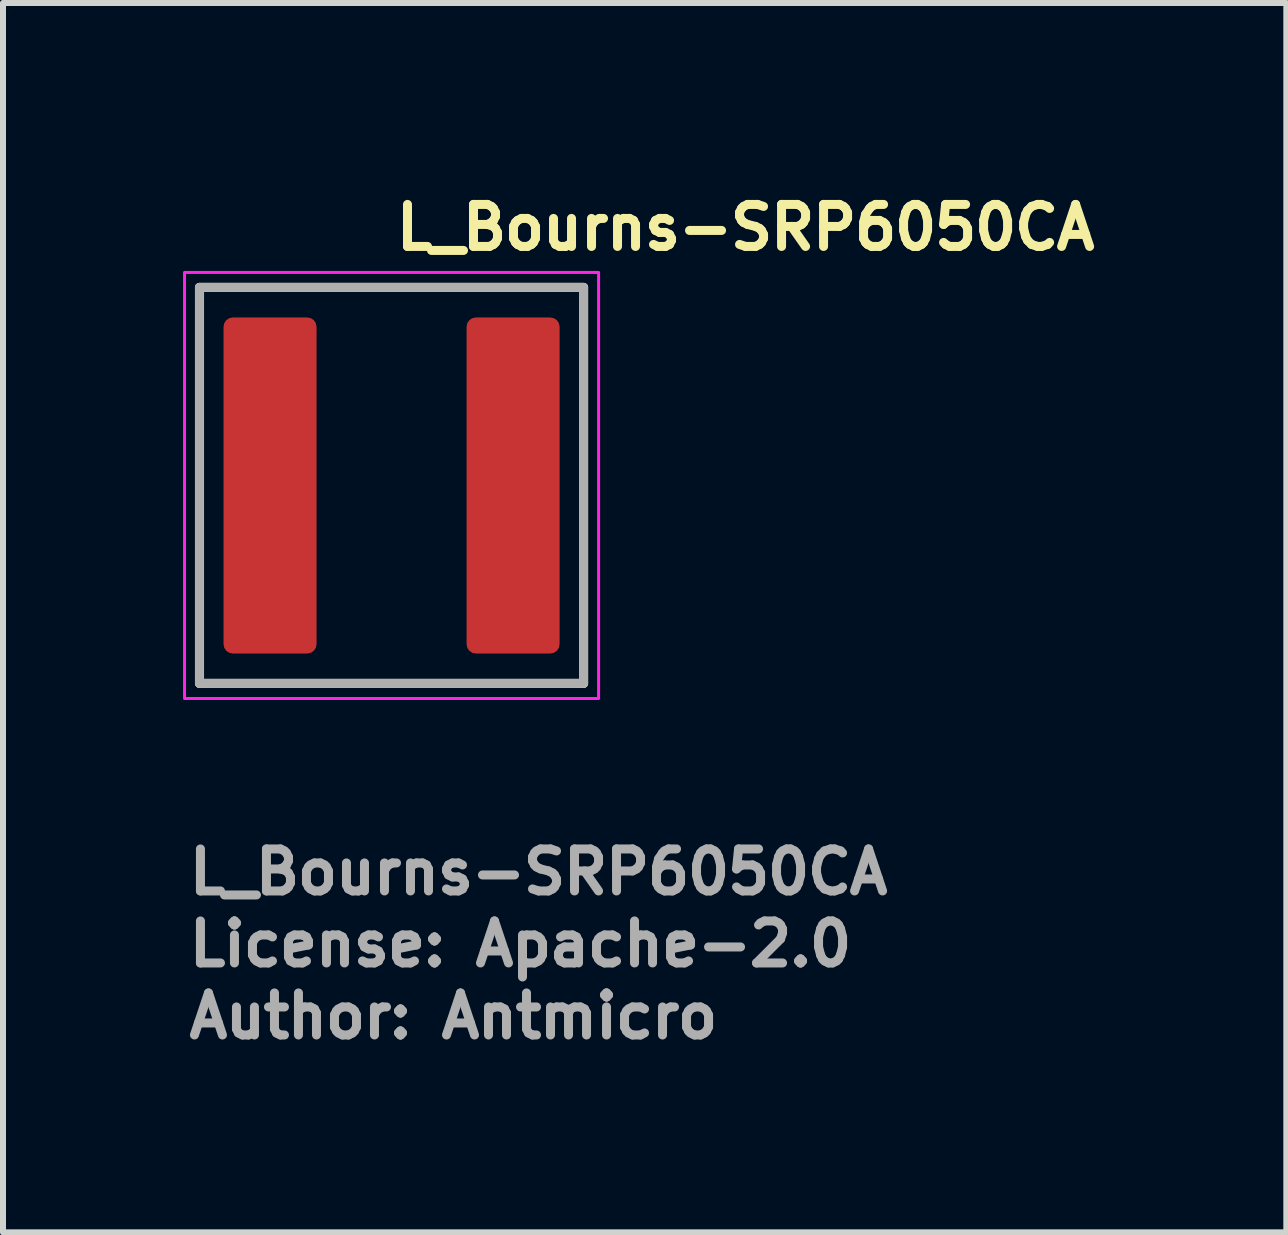
<source format=kicad_pcb>
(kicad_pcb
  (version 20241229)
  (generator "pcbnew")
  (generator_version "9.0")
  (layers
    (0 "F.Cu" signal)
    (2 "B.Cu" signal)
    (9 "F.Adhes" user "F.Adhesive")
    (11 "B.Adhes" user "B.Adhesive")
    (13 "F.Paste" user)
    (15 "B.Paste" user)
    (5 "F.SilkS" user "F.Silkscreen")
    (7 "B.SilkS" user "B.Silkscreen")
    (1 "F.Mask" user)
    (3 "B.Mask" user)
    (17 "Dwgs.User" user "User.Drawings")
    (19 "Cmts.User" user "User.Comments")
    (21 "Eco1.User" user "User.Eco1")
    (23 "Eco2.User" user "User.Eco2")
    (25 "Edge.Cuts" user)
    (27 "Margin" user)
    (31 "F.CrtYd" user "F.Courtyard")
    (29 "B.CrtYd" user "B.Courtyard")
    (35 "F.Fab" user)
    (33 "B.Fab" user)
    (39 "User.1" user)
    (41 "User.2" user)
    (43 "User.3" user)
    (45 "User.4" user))
  (footprint "L_Bourns-SRP6050CA"
    (layer "F.Cu")
    (at 3.475 5.04)
    (property "Reference" "L_Bourns-SRP6050CA" (at 0 -3.89 0) (layer "F.SilkS") (effects (font (size 0.7 0.7) (thickness 0.15)) (justify left bottom)))
    (attr smd)
    (fp_line (start -3.2 -3.301) (end -3.2 3.298) (stroke (width 0.15) (type solid)) (layer "F.SilkS"))
    (fp_line (start -3.2 -3.301) (end 3.2 -3.301) (stroke (width 0.15) (type solid)) (layer "F.SilkS"))
    (fp_line (start 3.2 -3.301) (end 3.2 3.298) (stroke (width 0.15) (type solid)) (layer "F.SilkS"))
    (fp_line (start 3.2 3.298) (end -3.2 3.298) (stroke (width 0.15) (type solid)) (layer "F.SilkS"))
    (fp_rect (start -3.45 -3.55) (end 3.45 3.55) (stroke (width 0.05) (type solid)) (fill no) (layer "F.CrtYd"))
    (fp_rect (start -3.202 -3.301) (end 3.2 3.298) (stroke (width 0.15) (type solid)) (fill no) (layer "F.Fab"))
    (fp_rect (start -3.202 -3.301) (end 3.2 3.298) (stroke (width 0.1) (type solid)) (fill no) (layer "User.5"))
    (fp_line (start -3.202 -3.101) (end -3.201 -3.11) (stroke (width 0.02) (type solid)) (layer "User.9"))
    (fp_line (start -3.202 3.1) (end -3.202 -3.101) (stroke (width 0.02) (type solid)) (layer "User.9"))
    (fp_line (start -3.201 -3.121) (end -3.198 -3.13) (stroke (width 0.02) (type solid)) (layer "User.9"))
    (fp_line (start -3.201 -3.11) (end -3.201 -3.121) (stroke (width 0.02) (type solid)) (layer "User.9"))
    (fp_line (start -3.201 3.108) (end -3.202 3.1) (stroke (width 0.02) (type solid)) (layer "User.9"))
    (fp_line (start -3.201 3.119) (end -3.201 3.108) (stroke (width 0.02) (type solid)) (layer "User.9"))
    (fp_line (start -3.198 -3.13) (end -3.197 -3.141) (stroke (width 0.02) (type solid)) (layer "User.9"))
    (fp_line (start -3.198 3.128) (end -3.201 3.119) (stroke (width 0.02) (type solid)) (layer "User.9"))
    (fp_line (start -3.197 -3.141) (end -3.194 -3.149) (stroke (width 0.02) (type solid)) (layer "User.9"))
    (fp_line (start -3.197 3.139) (end -3.198 3.128) (stroke (width 0.02) (type solid)) (layer "User.9"))
    (fp_line (start -3.194 -3.149) (end -3.193 -3.16) (stroke (width 0.02) (type solid)) (layer "User.9"))
    (fp_line (start -3.194 3.148) (end -3.197 3.139) (stroke (width 0.02) (type solid)) (layer "User.9"))
    (fp_line (start -3.193 -3.16) (end -3.189 -3.169) (stroke (width 0.02) (type solid)) (layer "User.9"))
    (fp_line (start -3.193 3.157) (end -3.194 3.148) (stroke (width 0.02) (type solid)) (layer "User.9"))
    (fp_line (start -3.189 -3.169) (end -3.185 -3.177) (stroke (width 0.02) (type solid)) (layer "User.9"))
    (fp_line (start -3.189 3.167) (end -3.193 3.157) (stroke (width 0.02) (type solid)) (layer "User.9"))
    (fp_line (start -3.185 -3.177) (end -3.181 -3.186) (stroke (width 0.02) (type solid)) (layer "User.9"))
    (fp_line (start -3.185 3.176) (end -3.189 3.167) (stroke (width 0.02) (type solid)) (layer "User.9"))
    (fp_line (start -3.181 -3.186) (end -3.177 -3.196) (stroke (width 0.02) (type solid)) (layer "User.9"))
    (fp_line (start -3.181 3.184) (end -3.185 3.176) (stroke (width 0.02) (type solid)) (layer "User.9"))
    (fp_line (start -3.177 -3.196) (end -3.173 -3.203) (stroke (width 0.02) (type solid)) (layer "User.9"))
    (fp_line (start -3.177 3.193) (end -3.181 3.184) (stroke (width 0.02) (type solid)) (layer "User.9"))
    (fp_line (start -3.173 -3.203) (end -3.168 -3.211) (stroke (width 0.02) (type solid)) (layer "User.9"))
    (fp_line (start -3.173 3.201) (end -3.177 3.193) (stroke (width 0.02) (type solid)) (layer "User.9"))
    (fp_line (start -3.168 -3.211) (end -3.161 -3.219) (stroke (width 0.02) (type solid)) (layer "User.9"))
    (fp_line (start -3.168 3.209) (end -3.173 3.201) (stroke (width 0.02) (type solid)) (layer "User.9"))
    (fp_line (start -3.161 -3.219) (end -3.156 -3.227) (stroke (width 0.02) (type solid)) (layer "User.9"))
    (fp_line (start -3.161 3.217) (end -3.168 3.209) (stroke (width 0.02) (type solid)) (layer "User.9"))
    (fp_line (start -3.156 -3.227) (end -3.149 -3.235) (stroke (width 0.02) (type solid)) (layer "User.9"))
    (fp_line (start -3.156 3.225) (end -3.161 3.217) (stroke (width 0.02) (type solid)) (layer "User.9"))
    (fp_line (start -3.149 -3.235) (end -3.142 -3.242) (stroke (width 0.02) (type solid)) (layer "User.9"))
    (fp_line (start -3.149 3.233) (end -3.156 3.225) (stroke (width 0.02) (type solid)) (layer "User.9"))
    (fp_line (start -3.142 -3.242) (end -3.142 -3.242) (stroke (width 0.02) (type solid)) (layer "User.9"))
    (fp_line (start -3.142 -3.242) (end -3.136 -3.25) (stroke (width 0.02) (type solid)) (layer "User.9"))
    (fp_line (start -3.142 3.241) (end -3.149 3.233) (stroke (width 0.02) (type solid)) (layer "User.9"))
    (fp_line (start -3.142 3.241) (end -3.142 3.241) (stroke (width 0.02) (type solid)) (layer "User.9"))
    (fp_line (start -3.136 -3.25) (end -3.128 -3.255) (stroke (width 0.02) (type solid)) (layer "User.9"))
    (fp_line (start -3.136 3.248) (end -3.142 3.241) (stroke (width 0.02) (type solid)) (layer "User.9"))
    (fp_line (start -3.128 -3.255) (end -3.12 -3.262) (stroke (width 0.02) (type solid)) (layer "User.9"))
    (fp_line (start -3.128 3.253) (end -3.136 3.248) (stroke (width 0.02) (type solid)) (layer "User.9"))
    (fp_line (start -3.12 -3.262) (end -3.112 -3.267) (stroke (width 0.02) (type solid)) (layer "User.9"))
    (fp_line (start -3.12 3.26) (end -3.128 3.253) (stroke (width 0.02) (type solid)) (layer "User.9"))
    (fp_line (start -3.112 -3.267) (end -3.104 -3.273) (stroke (width 0.02) (type solid)) (layer "User.9"))
    (fp_line (start -3.112 3.265) (end -3.12 3.26) (stroke (width 0.02) (type solid)) (layer "User.9"))
    (fp_line (start -3.104 -3.273) (end -3.096 -3.278) (stroke (width 0.02) (type solid)) (layer "User.9"))
    (fp_line (start -3.104 3.27) (end -3.112 3.265) (stroke (width 0.02) (type solid)) (layer "User.9"))
    (fp_line (start -3.096 -3.278) (end -3.086 -3.282) (stroke (width 0.02) (type solid)) (layer "User.9"))
    (fp_line (start -3.096 3.276) (end -3.104 3.27) (stroke (width 0.02) (type solid)) (layer "User.9"))
    (fp_line (start -3.086 -3.282) (end -3.077 -3.286) (stroke (width 0.02) (type solid)) (layer "User.9"))
    (fp_line (start -3.086 3.28) (end -3.096 3.276) (stroke (width 0.02) (type solid)) (layer "User.9"))
    (fp_line (start -3.077 -3.286) (end -3.068 -3.29) (stroke (width 0.02) (type solid)) (layer "User.9"))
    (fp_line (start -3.077 3.284) (end -3.086 3.28) (stroke (width 0.02) (type solid)) (layer "User.9"))
    (fp_line (start -3.068 -3.29) (end -3.06 -3.293) (stroke (width 0.02) (type solid)) (layer "User.9"))
    (fp_line (start -3.068 3.288) (end -3.077 3.284) (stroke (width 0.02) (type solid)) (layer "User.9"))
    (fp_line (start -3.06 -3.293) (end -3.049 -3.294) (stroke (width 0.02) (type solid)) (layer "User.9"))
    (fp_line (start -3.06 3.29) (end -3.068 3.288) (stroke (width 0.02) (type solid)) (layer "User.9"))
    (fp_line (start -3.049 -3.294) (end -3.04 -3.298) (stroke (width 0.02) (type solid)) (layer "User.9"))
    (fp_line (start -3.049 3.293) (end -3.06 3.29) (stroke (width 0.02) (type solid)) (layer "User.9"))
    (fp_line (start -3.04 -3.298) (end -3.031 -3.298) (stroke (width 0.02) (type solid)) (layer "User.9"))
    (fp_line (start -3.04 3.296) (end -3.049 3.293) (stroke (width 0.02) (type solid)) (layer "User.9"))
    (fp_line (start -3.031 -3.298) (end -3.02 -3.301) (stroke (width 0.02) (type solid)) (layer "User.9"))
    (fp_line (start -3.031 3.297) (end -3.04 3.296) (stroke (width 0.02) (type solid)) (layer "User.9"))
    (fp_line (start -3.02 -3.301) (end -3.011 -3.301) (stroke (width 0.02) (type solid)) (layer "User.9"))
    (fp_line (start -3.02 3.298) (end -3.031 3.297) (stroke (width 0.02) (type solid)) (layer "User.9"))
    (fp_line (start -3.011 -3.301) (end -3 -3.301) (stroke (width 0.02) (type solid)) (layer "User.9"))
    (fp_line (start -3.011 3.298) (end -3.02 3.298) (stroke (width 0.02) (type solid)) (layer "User.9"))
    (fp_line (start -3 -3.301) (end 2.999 -3.301) (stroke (width 0.02) (type solid)) (layer "User.9"))
    (fp_line (start -3 3.298) (end -3.011 3.298) (stroke (width 0.02) (type solid)) (layer "User.9"))
    (fp_line (start 2.999 -3.301) (end 3.008 -3.301) (stroke (width 0.02) (type solid)) (layer "User.9"))
    (fp_line (start 2.999 3.298) (end -3 3.298) (stroke (width 0.02) (type solid)) (layer "User.9"))
    (fp_line (start 3.008 -3.301) (end 3.019 -3.301) (stroke (width 0.02) (type solid)) (layer "User.9"))
    (fp_line (start 3.008 3.298) (end 2.999 3.298) (stroke (width 0.02) (type solid)) (layer "User.9"))
    (fp_line (start 3.019 -3.301) (end 3.028 -3.298) (stroke (width 0.02) (type solid)) (layer "User.9"))
    (fp_line (start 3.019 3.298) (end 3.008 3.298) (stroke (width 0.02) (type solid)) (layer "User.9"))
    (fp_line (start 3.028 -3.298) (end 3.039 -3.298) (stroke (width 0.02) (type solid)) (layer "User.9"))
    (fp_line (start 3.028 3.297) (end 3.019 3.298) (stroke (width 0.02) (type solid)) (layer "User.9"))
    (fp_line (start 3.039 -3.298) (end 3.047 -3.294) (stroke (width 0.02) (type solid)) (layer "User.9"))
    (fp_line (start 3.039 3.296) (end 3.028 3.297) (stroke (width 0.02) (type solid)) (layer "User.9"))
    (fp_line (start 3.047 -3.294) (end 3.058 -3.293) (stroke (width 0.02) (type solid)) (layer "User.9"))
    (fp_line (start 3.047 3.293) (end 3.039 3.296) (stroke (width 0.02) (type solid)) (layer "User.9"))
    (fp_line (start 3.058 -3.293) (end 3.067 -3.29) (stroke (width 0.02) (type solid)) (layer "User.9"))
    (fp_line (start 3.058 3.29) (end 3.047 3.293) (stroke (width 0.02) (type solid)) (layer "User.9"))
    (fp_line (start 3.067 -3.29) (end 3.076 -3.286) (stroke (width 0.02) (type solid)) (layer "User.9"))
    (fp_line (start 3.067 3.288) (end 3.058 3.29) (stroke (width 0.02) (type solid)) (layer "User.9"))
    (fp_line (start 3.076 -3.286) (end 3.084 -3.282) (stroke (width 0.02) (type solid)) (layer "User.9"))
    (fp_line (start 3.076 3.284) (end 3.067 3.288) (stroke (width 0.02) (type solid)) (layer "User.9"))
    (fp_line (start 3.084 -3.282) (end 3.093 -3.278) (stroke (width 0.02) (type solid)) (layer "User.9"))
    (fp_line (start 3.084 3.28) (end 3.076 3.284) (stroke (width 0.02) (type solid)) (layer "User.9"))
    (fp_line (start 3.093 -3.278) (end 3.101 -3.273) (stroke (width 0.02) (type solid)) (layer "User.9"))
    (fp_line (start 3.093 3.276) (end 3.084 3.28) (stroke (width 0.02) (type solid)) (layer "User.9"))
    (fp_line (start 3.101 -3.273) (end 3.109 -3.267) (stroke (width 0.02) (type solid)) (layer "User.9"))
    (fp_line (start 3.101 3.27) (end 3.093 3.276) (stroke (width 0.02) (type solid)) (layer "User.9"))
    (fp_line (start 3.109 -3.267) (end 3.117 -3.262) (stroke (width 0.02) (type solid)) (layer "User.9"))
    (fp_line (start 3.109 3.265) (end 3.101 3.27) (stroke (width 0.02) (type solid)) (layer "User.9"))
    (fp_line (start 3.117 -3.262) (end 3.125 -3.255) (stroke (width 0.02) (type solid)) (layer "User.9"))
    (fp_line (start 3.117 3.26) (end 3.109 3.265) (stroke (width 0.02) (type solid)) (layer "User.9"))
    (fp_line (start 3.125 -3.255) (end 3.133 -3.25) (stroke (width 0.02) (type solid)) (layer "User.9"))
    (fp_line (start 3.125 3.253) (end 3.117 3.26) (stroke (width 0.02) (type solid)) (layer "User.9"))
    (fp_line (start 3.133 -3.25) (end 3.14 -3.242) (stroke (width 0.02) (type solid)) (layer "User.9"))
    (fp_line (start 3.133 3.248) (end 3.125 3.253) (stroke (width 0.02) (type solid)) (layer "User.9"))
    (fp_line (start 3.14 -3.242) (end 3.14 -3.242) (stroke (width 0.02) (type solid)) (layer "User.9"))
    (fp_line (start 3.14 -3.242) (end 3.148 -3.235) (stroke (width 0.02) (type solid)) (layer "User.9"))
    (fp_line (start 3.14 3.241) (end 3.133 3.248) (stroke (width 0.02) (type solid)) (layer "User.9"))
    (fp_line (start 3.14 3.241) (end 3.14 3.241) (stroke (width 0.02) (type solid)) (layer "User.9"))
    (fp_line (start 3.148 -3.235) (end 3.153 -3.227) (stroke (width 0.02) (type solid)) (layer "User.9"))
    (fp_line (start 3.148 3.233) (end 3.14 3.241) (stroke (width 0.02) (type solid)) (layer "User.9"))
    (fp_line (start 3.153 -3.227) (end 3.16 -3.219) (stroke (width 0.02) (type solid)) (layer "User.9"))
    (fp_line (start 3.153 3.225) (end 3.148 3.233) (stroke (width 0.02) (type solid)) (layer "User.9"))
    (fp_line (start 3.16 -3.219) (end 3.165 -3.211) (stroke (width 0.02) (type solid)) (layer "User.9"))
    (fp_line (start 3.16 3.217) (end 3.153 3.225) (stroke (width 0.02) (type solid)) (layer "User.9"))
    (fp_line (start 3.165 -3.211) (end 3.171 -3.203) (stroke (width 0.02) (type solid)) (layer "User.9"))
    (fp_line (start 3.165 3.209) (end 3.16 3.217) (stroke (width 0.02) (type solid)) (layer "User.9"))
    (fp_line (start 3.171 -3.203) (end 3.176 -3.196) (stroke (width 0.02) (type solid)) (layer "User.9"))
    (fp_line (start 3.171 3.201) (end 3.165 3.209) (stroke (width 0.02) (type solid)) (layer "User.9"))
    (fp_line (start 3.176 -3.196) (end 3.18 -3.186) (stroke (width 0.02) (type solid)) (layer "User.9"))
    (fp_line (start 3.176 3.193) (end 3.171 3.201) (stroke (width 0.02) (type solid)) (layer "User.9"))
    (fp_line (start 3.18 -3.186) (end 3.184 -3.177) (stroke (width 0.02) (type solid)) (layer "User.9"))
    (fp_line (start 3.18 3.184) (end 3.176 3.193) (stroke (width 0.02) (type solid)) (layer "User.9"))
    (fp_line (start 3.184 -3.177) (end 3.188 -3.169) (stroke (width 0.02) (type solid)) (layer "User.9"))
    (fp_line (start 3.184 3.176) (end 3.18 3.184) (stroke (width 0.02) (type solid)) (layer "User.9"))
    (fp_line (start 3.188 -3.169) (end 3.191 -3.16) (stroke (width 0.02) (type solid)) (layer "User.9"))
    (fp_line (start 3.188 3.167) (end 3.184 3.176) (stroke (width 0.02) (type solid)) (layer "User.9"))
    (fp_line (start 3.191 -3.16) (end 3.192 -3.149) (stroke (width 0.02) (type solid)) (layer "User.9"))
    (fp_line (start 3.191 3.157) (end 3.188 3.167) (stroke (width 0.02) (type solid)) (layer "User.9"))
    (fp_line (start 3.192 -3.149) (end 3.196 -3.141) (stroke (width 0.02) (type solid)) (layer "User.9"))
    (fp_line (start 3.192 3.148) (end 3.191 3.157) (stroke (width 0.02) (type solid)) (layer "User.9"))
    (fp_line (start 3.196 -3.141) (end 3.196 -3.13) (stroke (width 0.02) (type solid)) (layer "User.9"))
    (fp_line (start 3.196 -3.13) (end 3.199 -3.121) (stroke (width 0.02) (type solid)) (layer "User.9"))
    (fp_line (start 3.196 3.128) (end 3.196 3.139) (stroke (width 0.02) (type solid)) (layer "User.9"))
    (fp_line (start 3.196 3.139) (end 3.192 3.148) (stroke (width 0.02) (type solid)) (layer "User.9"))
    (fp_line (start 3.199 -3.121) (end 3.199 -3.11) (stroke (width 0.02) (type solid)) (layer "User.9"))
    (fp_line (start 3.199 -3.11) (end 3.2 -3.101) (stroke (width 0.02) (type solid)) (layer "User.9"))
    (fp_line (start 3.199 3.108) (end 3.199 3.119) (stroke (width 0.02) (type solid)) (layer "User.9"))
    (fp_line (start 3.199 3.119) (end 3.196 3.128) (stroke (width 0.02) (type solid)) (layer "User.9"))
    (fp_line (start 3.2 -3.101) (end 3.2 3.1) (stroke (width 0.02) (type solid)) (layer "User.9"))
    (fp_line (start 3.2 3.1) (end 3.199 3.108) (stroke (width 0.02) (type solid)) (layer "User.9"))
    (fp_text user "${REFERENCE}" (at -3.45 6.85 0) (layer "F.Fab") (effects (font (size 0.7 0.7) (thickness 0.15)) (justify left bottom)))
    (fp_text user "License: Apache-2.0" (at -3.45 8.05 0) (layer "F.Fab") (effects (font (size 0.7 0.7) (thickness 0.15)) (justify left bottom)))
    (fp_text user "Author: Antmicro" (at -3.45 9.25 0) (layer "F.Fab") (effects (font (size 0.7 0.7) (thickness 0.15)) (justify left bottom)))
    (pad "1" smd roundrect (at -2.025 0) (size 1.55 5.6) (layers "F.Cu" "F.Mask" "F.Paste") (roundrect_rratio 0.1))
    (pad "2" smd roundrect (at 2.025 0) (size 1.55 5.6) (layers "F.Cu" "F.Mask" "F.Paste") (roundrect_rratio 0.1)))
  (gr_rect
    (start -3 -3)
    (end 18.385 17.485)
    (stroke (width 0.1) (type default))
    (fill no)
    (layer "Edge.Cuts")))
</source>
